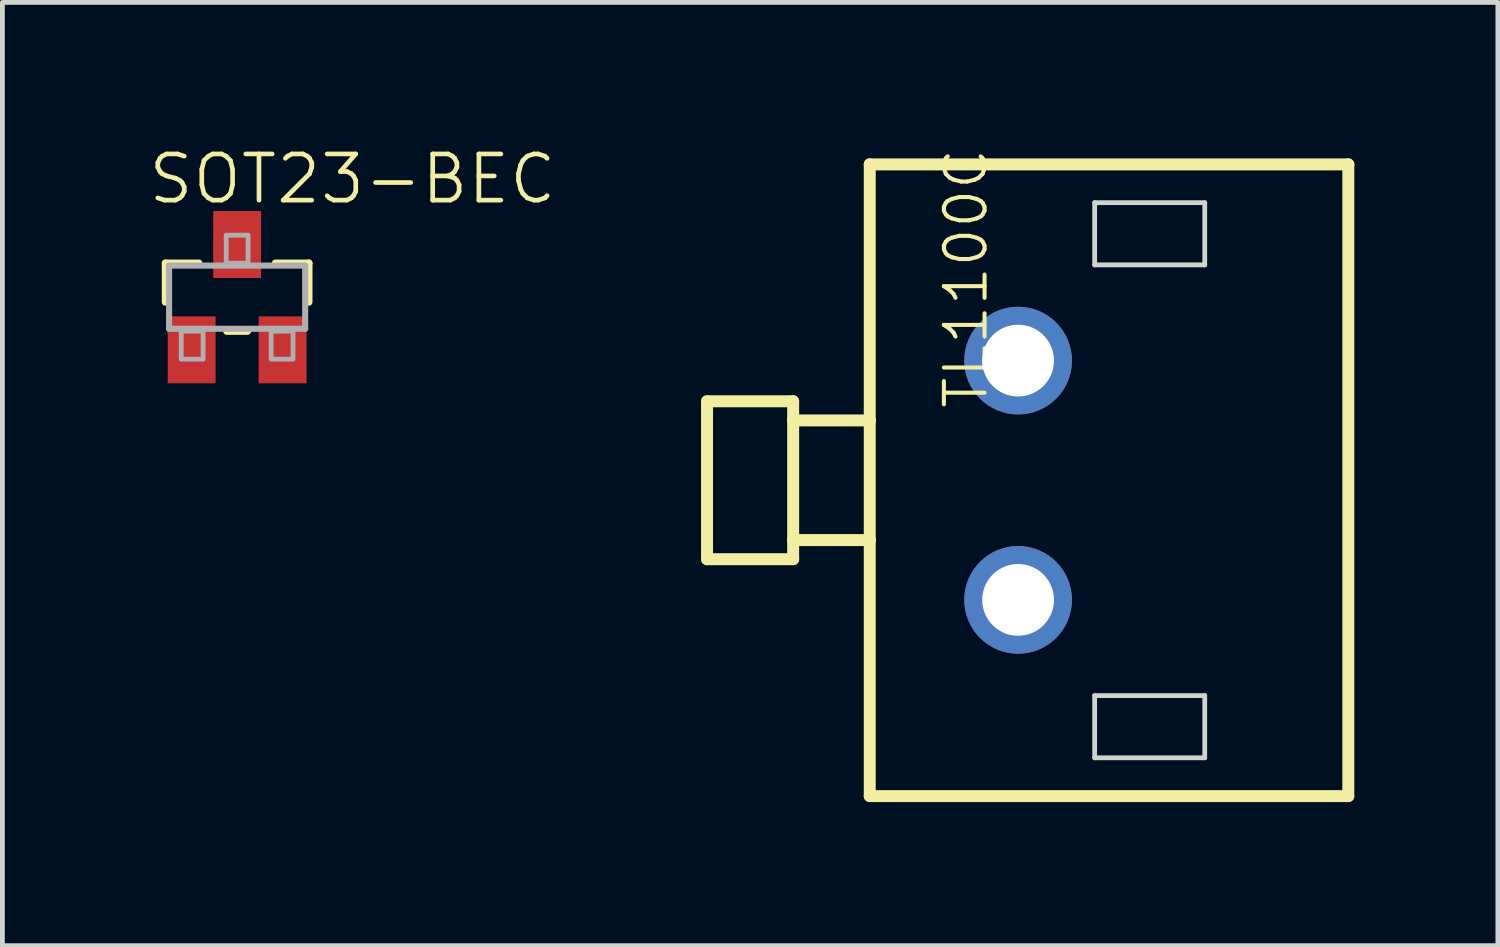
<source format=kicad_pcb>
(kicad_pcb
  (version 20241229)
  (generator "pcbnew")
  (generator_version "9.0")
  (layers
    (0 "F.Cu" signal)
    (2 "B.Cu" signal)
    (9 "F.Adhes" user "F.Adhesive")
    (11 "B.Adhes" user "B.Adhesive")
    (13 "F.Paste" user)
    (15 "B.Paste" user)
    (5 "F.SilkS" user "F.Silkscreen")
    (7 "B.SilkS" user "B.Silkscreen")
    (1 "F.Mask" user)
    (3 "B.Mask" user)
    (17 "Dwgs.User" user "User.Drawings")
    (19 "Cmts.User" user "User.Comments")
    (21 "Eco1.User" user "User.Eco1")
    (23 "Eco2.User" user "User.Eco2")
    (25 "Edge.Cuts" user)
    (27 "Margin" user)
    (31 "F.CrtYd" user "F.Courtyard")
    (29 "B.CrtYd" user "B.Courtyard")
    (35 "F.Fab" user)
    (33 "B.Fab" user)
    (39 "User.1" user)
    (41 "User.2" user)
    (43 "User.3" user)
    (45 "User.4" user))
  (footprint "TL1100C"
    (layer "F.Cu")
    (at 18.224 6.985)
    (property "Reference" "TL1100C" (at -1.587 -6.985 270) (layer "F.SilkS") (effects (font (size 0.85 0.85) (thickness 0.085)) (justify right top)))
    (attr through_hole)
    (fp_line (start -6.5 1.65) (end -6.5 -1.65) (stroke (width 0.25) (type solid)) (layer "F.SilkS"))
    (fp_line (start -4.7 -1.65) (end -6.5 -1.65) (stroke (width 0.25) (type solid)) (layer "F.SilkS"))
    (fp_line (start -4.7 -1.25) (end -4.7 -1.65) (stroke (width 0.25) (type solid)) (layer "F.SilkS"))
    (fp_line (start -4.7 1.25) (end -4.7 -1.25) (stroke (width 0.25) (type solid)) (layer "F.SilkS"))
    (fp_line (start -4.7 1.65) (end -6.5 1.65) (stroke (width 0.25) (type solid)) (layer "F.SilkS"))
    (fp_line (start -4.7 1.65) (end -4.7 1.25) (stroke (width 0.25) (type solid)) (layer "F.SilkS"))
    (fp_line (start -3.1 -6.6) (end 6.9 -6.6) (stroke (width 0.25) (type solid)) (layer "F.SilkS"))
    (fp_line (start -3.1 -1.25) (end -4.7 -1.25) (stroke (width 0.25) (type solid)) (layer "F.SilkS"))
    (fp_line (start -3.1 -1.25) (end -3.1 -6.6) (stroke (width 0.25) (type solid)) (layer "F.SilkS"))
    (fp_line (start -3.1 1.25) (end -4.7 1.25) (stroke (width 0.25) (type solid)) (layer "F.SilkS"))
    (fp_line (start -3.1 1.25) (end -3.1 -1.25) (stroke (width 0.25) (type solid)) (layer "F.SilkS"))
    (fp_line (start -3.1 6.6) (end -3.1 1.25) (stroke (width 0.25) (type solid)) (layer "F.SilkS"))
    (fp_line (start -3.1 6.6) (end 6.9 6.6) (stroke (width 0.25) (type solid)) (layer "F.SilkS"))
    (fp_line (start 6.9 6.6) (end 6.9 -6.6) (stroke (width 0.25) (type solid)) (layer "F.SilkS"))
    (fp_line (start 1.6 -5.8) (end 1.6 -4.5) (stroke (width 0.1) (type solid)) (layer "Edge.Cuts"))
    (fp_line (start 1.6 -4.5) (end 3.9 -4.5) (stroke (width 0.1) (type solid)) (layer "Edge.Cuts"))
    (fp_line (start 1.6 4.5) (end 1.6 5.8) (stroke (width 0.1) (type solid)) (layer "Edge.Cuts"))
    (fp_line (start 1.6 5.8) (end 3.9 5.8) (stroke (width 0.1) (type solid)) (layer "Edge.Cuts"))
    (fp_line (start 3.9 -5.8) (end 1.6 -5.8) (stroke (width 0.1) (type solid)) (layer "Edge.Cuts"))
    (fp_line (start 3.9 -4.5) (end 3.9 -5.8) (stroke (width 0.1) (type solid)) (layer "Edge.Cuts"))
    (fp_line (start 3.9 4.5) (end 1.6 4.5) (stroke (width 0.1) (type solid)) (layer "Edge.Cuts"))
    (fp_line (start 3.9 5.8) (end 3.9 4.5) (stroke (width 0.1) (type solid)) (layer "Edge.Cuts"))
    (pad "1" thru_hole circle (at 0 -2.5) (size 2.25 2.25) (drill 1.5) (layers "*.Cu" "*.Mask"))
    (pad "2" thru_hole circle (at 0 2.5) (size 2.25 2.25) (drill 1.5) (layers "*.Cu" "*.Mask")))
  (footprint "SOT23-BEC"
    (layer "F.Cu")
    (at 1.905 3.16)
    (property "Reference" "SOT23-BEC" (at -1.905 -1.905 180) (layer "F.SilkS") (effects (font (size 0.965 0.965) (thickness 0.097)) (justify left bottom)))
    (attr through_hole)
    (fp_line (start -1.499 -0.711) (end -1.499 0.102) (stroke (width 0.152) (type solid)) (layer "F.SilkS"))
    (fp_line (start -0.8 -0.711) (end -1.499 -0.711) (stroke (width 0.152) (type solid)) (layer "F.SilkS"))
    (fp_line (start -0.216 0.711) (end 0.216 0.711) (stroke (width 0.152) (type solid)) (layer "F.SilkS"))
    (fp_line (start 1.499 -0.711) (end 0.8 -0.711) (stroke (width 0.152) (type solid)) (layer "F.SilkS"))
    (fp_line (start 1.499 0.102) (end 1.499 -0.711) (stroke (width 0.152) (type solid)) (layer "F.SilkS"))
    (fp_line (start -1.422 -0.66) (end 1.422 -0.66) (stroke (width 0.127) (type solid)) (layer "F.Fab"))
    (fp_line (start -1.422 0.66) (end -1.422 -0.66) (stroke (width 0.127) (type solid)) (layer "F.Fab"))
    (fp_line (start 1.422 -0.66) (end 1.422 0.66) (stroke (width 0.127) (type solid)) (layer "F.Fab"))
    (fp_line (start 1.422 0.66) (end -1.422 0.66) (stroke (width 0.127) (type solid)) (layer "F.Fab"))
    (fp_poly (pts (xy -1.168 1.295) (xy -0.711 1.295) (xy -0.711 0.711) (xy -1.168 0.711)) (stroke (width 0.1) (type solid)) (fill no) (layer "F.Fab"))
    (fp_poly (pts (xy -0.229 -0.711) (xy 0.229 -0.711) (xy 0.229 -1.295) (xy -0.229 -1.295)) (stroke (width 0.1) (type solid)) (fill no) (layer "F.Fab"))
    (fp_poly (pts (xy 0.711 1.295) (xy 1.168 1.295) (xy 1.168 0.711) (xy 0.711 0.711)) (stroke (width 0.1) (type solid)) (fill no) (layer "F.Fab"))
    (pad "B" smd rect (at -0.95 1.1) (size 1 1.4) (layers "F.Cu" "F.Mask" "F.Paste"))
    (pad "C" smd rect (at 0 -1.1) (size 1 1.4) (layers "F.Cu" "F.Mask" "F.Paste"))
    (pad "E" smd rect (at 0.95 1.1) (size 1 1.4) (layers "F.Cu" "F.Mask" "F.Paste")))
  (gr_rect
    (start -3 -3)
    (end 28.249 16.71)
    (stroke (width 0.1) (type default))
    (fill no)
    (layer "Edge.Cuts")))
</source>
